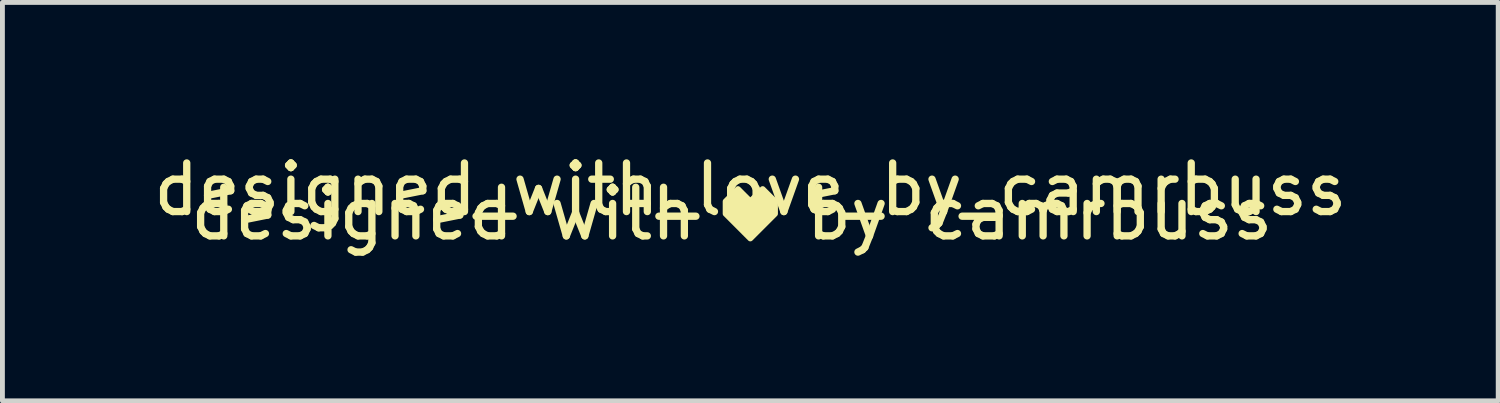
<source format=kicad_pcb>
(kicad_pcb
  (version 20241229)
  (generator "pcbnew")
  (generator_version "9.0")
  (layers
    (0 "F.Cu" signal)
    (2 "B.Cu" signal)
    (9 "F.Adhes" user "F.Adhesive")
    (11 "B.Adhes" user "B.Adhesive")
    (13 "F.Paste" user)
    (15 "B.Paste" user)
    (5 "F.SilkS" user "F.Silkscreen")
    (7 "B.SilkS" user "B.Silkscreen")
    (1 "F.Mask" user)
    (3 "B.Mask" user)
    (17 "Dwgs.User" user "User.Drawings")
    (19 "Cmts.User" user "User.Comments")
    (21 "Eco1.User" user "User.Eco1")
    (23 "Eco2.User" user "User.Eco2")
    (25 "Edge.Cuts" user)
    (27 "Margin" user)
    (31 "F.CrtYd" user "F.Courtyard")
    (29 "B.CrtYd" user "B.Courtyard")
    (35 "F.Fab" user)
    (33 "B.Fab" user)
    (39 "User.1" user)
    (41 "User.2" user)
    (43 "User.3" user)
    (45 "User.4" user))
  (footprint "designed_with_love_by_camrbuss"
    (layer "F.Cu")
    (at 12.387 1.348)
    (property "Reference" "designed_with_love_by_camrbuss" (at 0 -0.5 0) (unlocked yes) (layer "F.SilkS") (effects (font (size 1 1) (thickness 0.15))))
    (fp_poly (pts (xy 0.508 -0.254) (xy 0.508 0) (xy 0 0.508) (xy -0.508 0) (xy -0.508 -0.254) (xy -0.254 -0.508) (xy 0 -0.254) (xy 0.254 -0.508)) (stroke (width 0.12) (type solid)) (fill yes) (layer "F.SilkS"))
    (fp_text user "designed with   by camrbuss " (at 0 0 0) (unlocked yes) (layer "F.SilkS") (effects (font (size 1 1) (thickness 0.15)))))
  (gr_rect
    (start -3 -3)
    (end 27.774 5.197)
    (stroke (width 0.1) (type default))
    (fill no)
    (layer "Edge.Cuts")))
</source>
